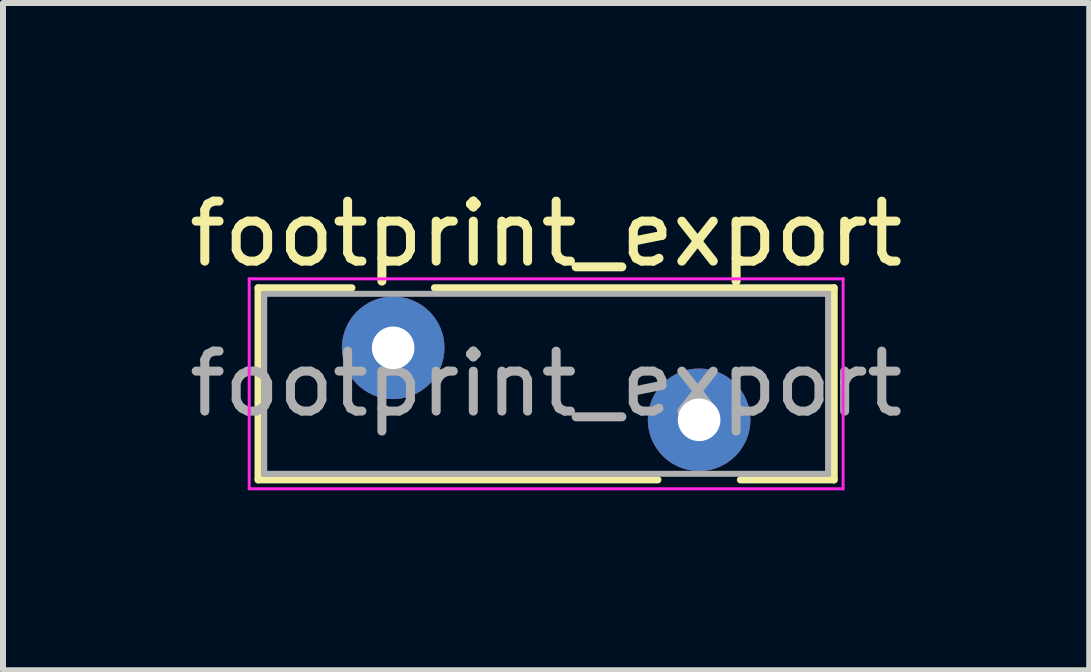
<source format=kicad_pcb>
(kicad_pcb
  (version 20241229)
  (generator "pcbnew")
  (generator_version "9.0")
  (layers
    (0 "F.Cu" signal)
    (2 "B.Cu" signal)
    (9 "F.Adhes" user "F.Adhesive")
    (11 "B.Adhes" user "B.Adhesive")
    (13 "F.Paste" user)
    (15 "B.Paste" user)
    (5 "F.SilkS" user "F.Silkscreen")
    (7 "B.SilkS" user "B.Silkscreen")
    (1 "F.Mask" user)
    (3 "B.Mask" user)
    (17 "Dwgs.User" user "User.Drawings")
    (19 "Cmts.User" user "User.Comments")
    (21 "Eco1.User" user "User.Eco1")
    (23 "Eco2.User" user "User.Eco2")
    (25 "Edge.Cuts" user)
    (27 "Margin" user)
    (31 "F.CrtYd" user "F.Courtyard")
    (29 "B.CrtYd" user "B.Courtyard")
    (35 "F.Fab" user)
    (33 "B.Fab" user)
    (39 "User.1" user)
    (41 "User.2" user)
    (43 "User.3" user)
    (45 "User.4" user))
  (footprint "footprint_export"
    (layer "F.Cu")
    (at 3.504 2.748)
    (property "Reference" "footprint_export" (at 2.55 -1.9 0) (layer "F.SilkS") (effects (font (size 1 1) (thickness 0.15))))
    (attr through_hole)
    (fp_line (start -2.251 -1) (end -2.251 2.2) (stroke (width 0.12) (type solid)) (layer "F.SilkS"))
    (fp_line (start -2.251 -1) (end -0.689 -1) (stroke (width 0.12) (type solid)) (layer "F.SilkS"))
    (fp_line (start -2.251 2.2) (end 4.412 2.2) (stroke (width 0.12) (type solid)) (layer "F.SilkS"))
    (fp_line (start 0.689 -1) (end 7.35 -1) (stroke (width 0.12) (type solid)) (layer "F.SilkS"))
    (fp_line (start 5.789 2.2) (end 7.35 2.2) (stroke (width 0.12) (type solid)) (layer "F.SilkS"))
    (fp_line (start 7.35 -1) (end 7.35 2.2) (stroke (width 0.12) (type solid)) (layer "F.SilkS"))
    (fp_line (start -2.4 -1.15) (end -2.4 2.35) (stroke (width 0.05) (type solid)) (layer "F.CrtYd"))
    (fp_line (start -2.4 2.35) (end 7.5 2.35) (stroke (width 0.05) (type solid)) (layer "F.CrtYd"))
    (fp_line (start 7.5 -1.15) (end -2.4 -1.15) (stroke (width 0.05) (type solid)) (layer "F.CrtYd"))
    (fp_line (start 7.5 2.35) (end 7.5 -1.15) (stroke (width 0.05) (type solid)) (layer "F.CrtYd"))
    (fp_line (start -2.15 -0.9) (end -2.15 2.1) (stroke (width 0.1) (type solid)) (layer "F.Fab"))
    (fp_line (start -2.15 2.1) (end 7.25 2.1) (stroke (width 0.1) (type solid)) (layer "F.Fab"))
    (fp_line (start 7.25 -0.9) (end -2.15 -0.9) (stroke (width 0.1) (type solid)) (layer "F.Fab"))
    (fp_line (start 7.25 2.1) (end 7.25 -0.9) (stroke (width 0.1) (type solid)) (layer "F.Fab"))
    (fp_text user "${REFERENCE}" (at 2.55 0.6 0) (layer "F.Fab") (effects (font (size 1 1) (thickness 0.15))))
    (pad "1" thru_hole circle (at 0 0) (size 1.71 1.71) (drill 0.71) (layers "*.Cu" "*.Mask"))
    (pad "2" thru_hole circle (at 5.1 1.2) (size 1.71 1.71) (drill 0.71) (layers "*.Cu" "*.Mask")))
  (gr_rect
    (start -3 -3)
    (end 15.107 8.123)
    (stroke (width 0.1) (type default))
    (fill no)
    (layer "Edge.Cuts")))
</source>
